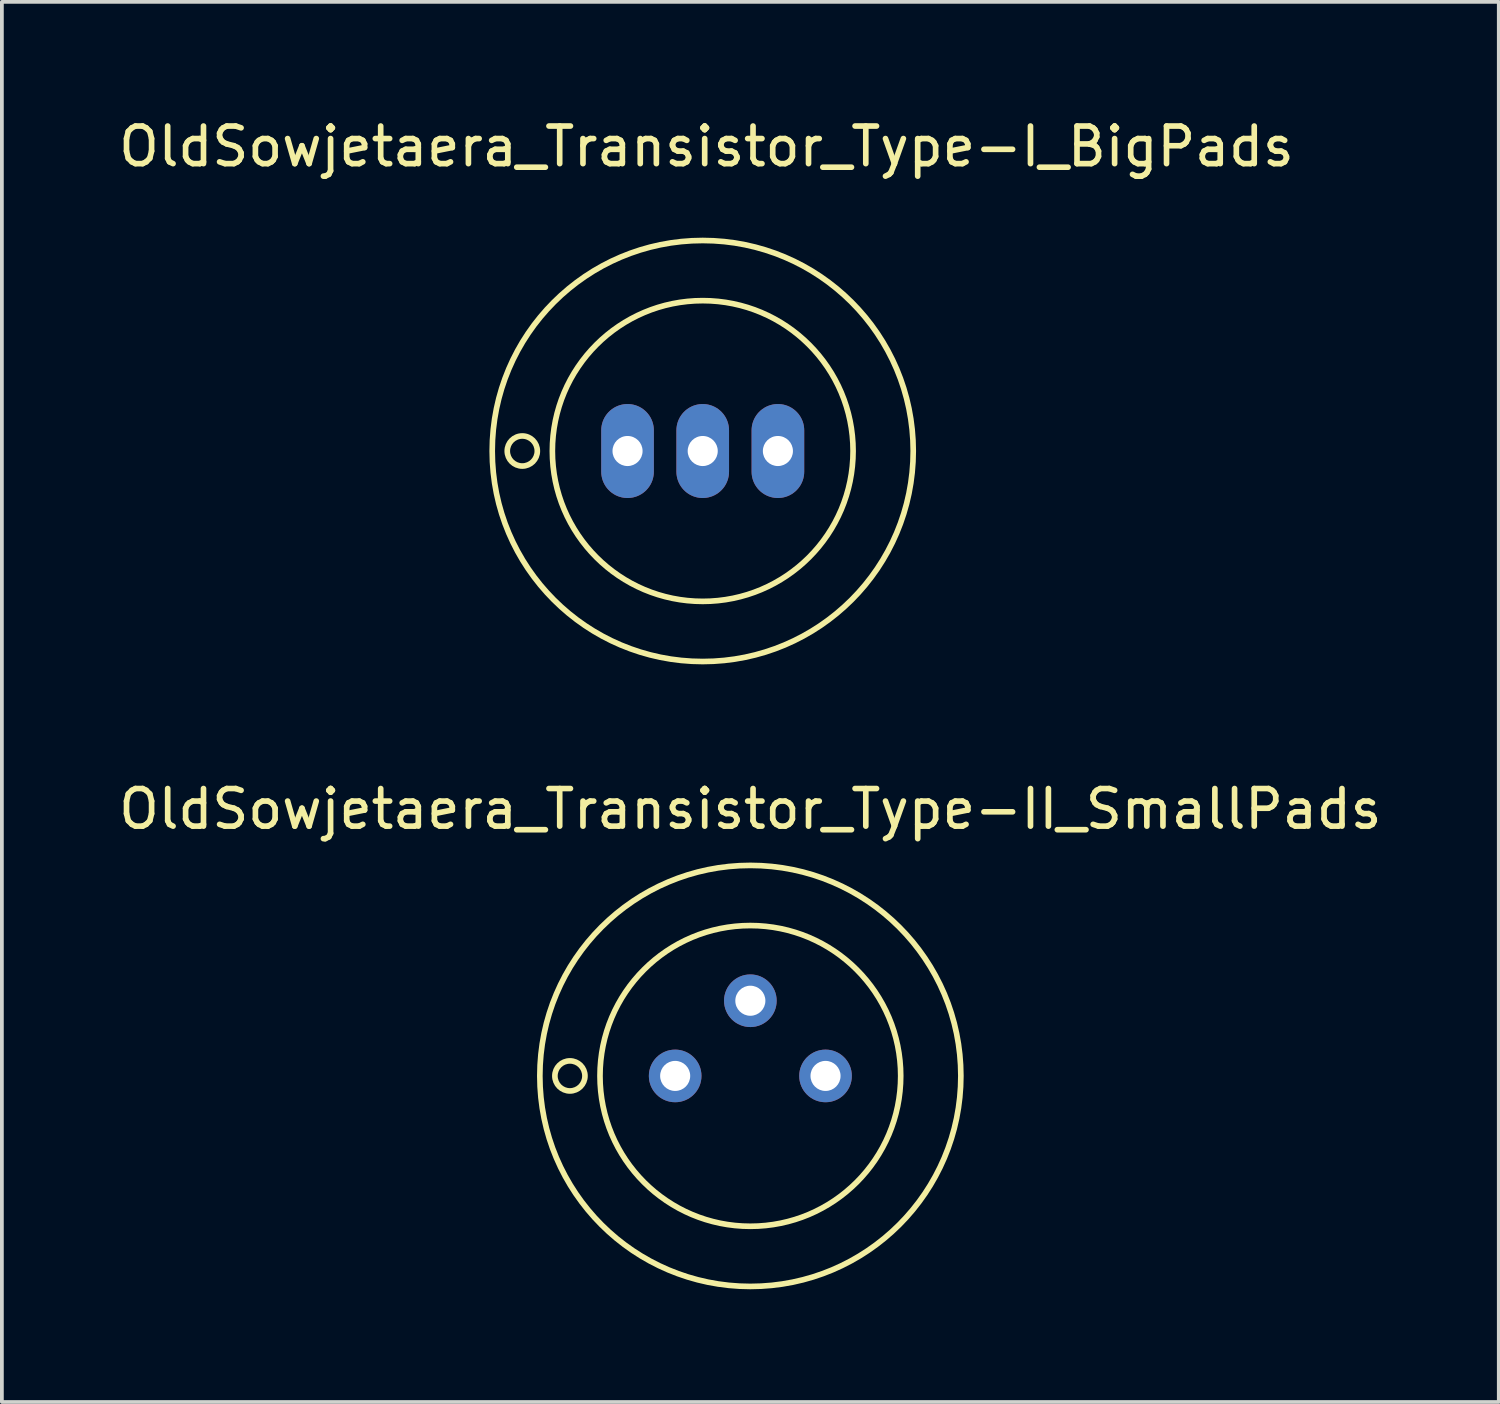
<source format=kicad_pcb>
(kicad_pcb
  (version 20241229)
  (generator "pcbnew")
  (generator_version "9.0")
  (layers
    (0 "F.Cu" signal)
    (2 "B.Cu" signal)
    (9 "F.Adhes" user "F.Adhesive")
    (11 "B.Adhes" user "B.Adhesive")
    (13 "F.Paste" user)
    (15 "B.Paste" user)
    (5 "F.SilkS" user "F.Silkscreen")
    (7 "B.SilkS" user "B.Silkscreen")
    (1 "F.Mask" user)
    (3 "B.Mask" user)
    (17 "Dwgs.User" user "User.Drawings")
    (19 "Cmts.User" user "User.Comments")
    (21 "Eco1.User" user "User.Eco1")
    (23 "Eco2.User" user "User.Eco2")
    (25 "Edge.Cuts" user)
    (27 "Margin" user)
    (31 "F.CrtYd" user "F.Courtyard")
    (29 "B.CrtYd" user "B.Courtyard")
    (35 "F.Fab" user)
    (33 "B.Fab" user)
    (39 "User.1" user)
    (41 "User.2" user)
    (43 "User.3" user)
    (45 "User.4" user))
  (footprint "OldSowjetaera_Transistor_Type-I_BigPads"
    (layer "F.Cu")
    (at 15.644 8.948)
    (property "Reference" "OldSowjetaera_Transistor_Type-I_BigPads" (at 0.1 -8.1 0) (layer "F.SilkS") (effects (font (size 1 1) (thickness 0.15))))
    (attr through_hole)
    (fp_circle (center -4.8 0) (end -4.8 0.4) (stroke (width 0.15) (type solid)) (fill no) (layer "F.SilkS"))
    (fp_circle (center 0 0) (end 4 0) (stroke (width 0.15) (type solid)) (fill no) (layer "F.SilkS"))
    (fp_circle (center 0 0) (end 5.6 0) (stroke (width 0.15) (type solid)) (fill no) (layer "F.SilkS"))
    (pad "1" thru_hole oval (at -2 0) (size 1.4 2.5) (drill 0.8) (layers "*.Cu" "*.Mask"))
    (pad "2" thru_hole oval (at 0 0) (size 1.4 2.5) (drill 0.8) (layers "*.Cu" "*.Mask"))
    (pad "3" thru_hole oval (at 2 0) (size 1.4 2.5) (drill 0.8) (layers "*.Cu" "*.Mask")))
  (footprint "OldSowjetaera_Transistor_Type-II_SmallPads"
    (layer "F.Cu")
    (at 16.911 25.572)
    (property "Reference" "OldSowjetaera_Transistor_Type-II_SmallPads" (at 0 -7.1 0) (layer "F.SilkS") (effects (font (size 1 1) (thickness 0.15))))
    (attr through_hole)
    (fp_circle (center -4.8 0) (end -4.8 0.4) (stroke (width 0.15) (type solid)) (fill no) (layer "F.SilkS"))
    (fp_circle (center 0 0) (end 4 0) (stroke (width 0.15) (type solid)) (fill no) (layer "F.SilkS"))
    (fp_circle (center 0 0) (end 5.6 0) (stroke (width 0.15) (type solid)) (fill no) (layer "F.SilkS"))
    (pad "1" thru_hole circle (at -2 0) (size 1.4 1.4) (drill 0.8) (layers "*.Cu" "*.Mask"))
    (pad "2" thru_hole circle (at 0 -2) (size 1.4 1.4) (drill 0.8) (layers "*.Cu" "*.Mask"))
    (pad "3" thru_hole circle (at 2 0) (size 1.4 1.4) (drill 0.8) (layers "*.Cu" "*.Mask")))
  (gr_rect
    (start -3 -3)
    (end 36.821 34.246)
    (stroke (width 0.1) (type default))
    (fill no)
    (layer "Edge.Cuts")))
</source>
